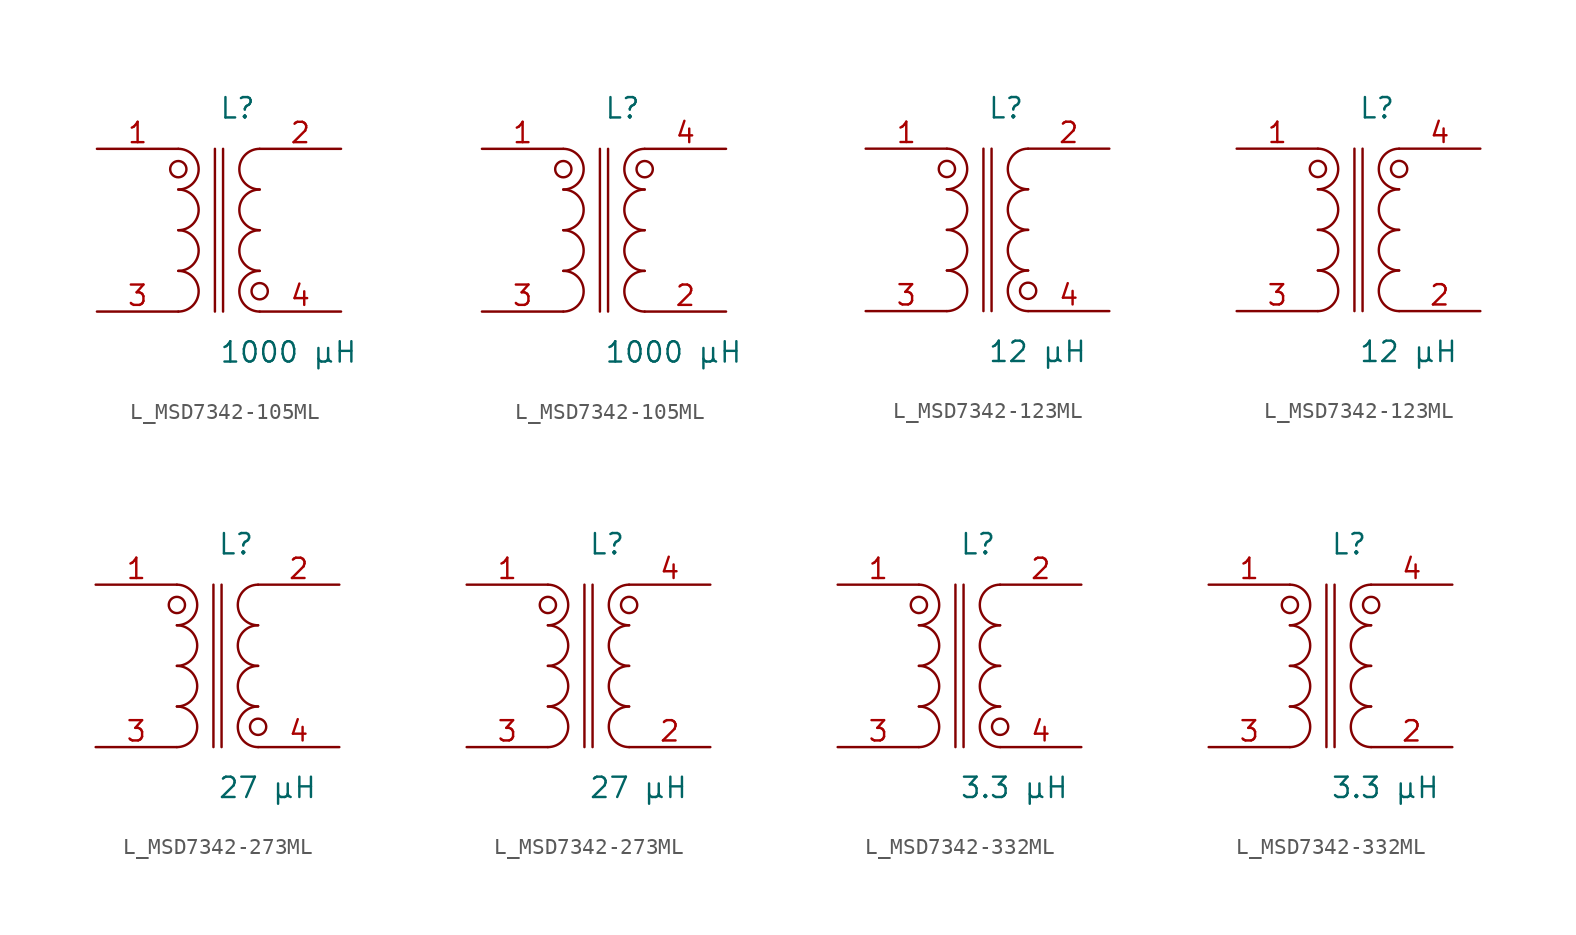
<source format=kicad_sym>
(kicad_symbol_lib
  (version 20231120)
  (generator kicad_symbol_editor)
  (generator_version 8.0)
  (symbol "L_MSD7342-105ML"
    (pin_names
      (offset 0.254))
    (property "Reference" "L"
      (at 0 7.62 0)
      (effects (font (size 1.27 1.27)) (justify left)))
    (property "Value" "1000 µH"
      (at 0 -7.62 0)
      (effects (font (size 1.27 1.27)) (justify left)))
    (symbol "L_MSD7342-105ML_1_1"
      (arc (start -2.54 -5.08) (mid -1.27 -3.81) (end -2.54 -2.54) (stroke (width 0) (type default)) (fill (type none)))
      (arc (start -2.54 -2.54) (mid -1.27 -1.27) (end -2.54 0.0) (stroke (width 0) (type default)) (fill (type none)))
      (arc (start -2.54 0.0) (mid -1.27 1.27) (end -2.54 2.54) (stroke (width 0) (type default)) (fill (type none)))
      (arc (start -2.54 2.54) (mid -1.27 3.81) (end -2.54 5.08) (stroke (width 0) (type default)) (fill (type none)))
      (arc (start 2.54 -5.08) (mid 1.27 -3.81) (end 2.54 -2.54) (stroke (width 0) (type default)) (fill (type none)))
      (arc (start 2.54 -2.54) (mid 1.27 -1.27) (end 2.54 0.0) (stroke (width 0) (type default)) (fill (type none)))
      (arc (start 2.54 0.0) (mid 1.27 1.27) (end 2.54 2.54) (stroke (width 0) (type default)) (fill (type none)))
      (arc (start 2.54 2.54) (mid 1.27 3.81) (end 2.54 5.08) (stroke (width 0) (type default)) (fill (type none)))
      (circle (center -2.54 3.81) (radius 0.508) (stroke (width 0) (type default)) (fill (type none)))
      (circle (center 2.54 -3.81) (radius 0.508) (stroke (width 0) (type default)) (fill (type none)))
      (polyline (pts (xy -0.254 5.08) (xy -0.254 -5.08)) (stroke (width 0) (type default)) (fill (type none)))
      (polyline (pts (xy 0.254 5.08) (xy 0.254 -5.08)) (stroke (width 0) (type default)) (fill (type none)))
      (pin passive line (at -7.62 5.08 0) (length 5.08) (name "" (effects (font (size 1.27 1.27)))) (number "1" (effects (font (size 1.27 1.27)))))
      (pin passive line (at -7.62 -5.08 0) (length 5.08) (name "" (effects (font (size 1.27 1.27)))) (number "3" (effects (font (size 1.27 1.27)))))
      (pin passive line (at 7.62 5.08 180) (length 5.08) (name "" (effects (font (size 1.27 1.27)))) (number "2" (effects (font (size 1.27 1.27)))))
      (pin passive line (at 7.62 -5.08 180) (length 5.08) (name "" (effects (font (size 1.27 1.27)))) (number "4" (effects (font (size 1.27 1.27))))))
    (symbol "L_MSD7342-105ML_1_2"
      (arc (start -2.54 -5.08) (mid -1.27 -3.81) (end -2.54 -2.54) (stroke (width 0) (type default)) (fill (type none)))
      (arc (start -2.54 -2.54) (mid -1.27 -1.27) (end -2.54 0.0) (stroke (width 0) (type default)) (fill (type none)))
      (arc (start -2.54 0.0) (mid -1.27 1.27) (end -2.54 2.54) (stroke (width 0) (type default)) (fill (type none)))
      (arc (start -2.54 2.54) (mid -1.27 3.81) (end -2.54 5.08) (stroke (width 0) (type default)) (fill (type none)))
      (arc (start 2.54 -5.08) (mid 1.27 -3.81) (end 2.54 -2.54) (stroke (width 0) (type default)) (fill (type none)))
      (arc (start 2.54 -2.54) (mid 1.27 -1.27) (end 2.54 0.0) (stroke (width 0) (type default)) (fill (type none)))
      (arc (start 2.54 0.0) (mid 1.27 1.27) (end 2.54 2.54) (stroke (width 0) (type default)) (fill (type none)))
      (arc (start 2.54 2.54) (mid 1.27 3.81) (end 2.54 5.08) (stroke (width 0) (type default)) (fill (type none)))
      (circle (center -2.54 3.81) (radius 0.508) (stroke (width 0) (type default)) (fill (type none)))
      (circle (center 2.54 3.81) (radius 0.508) (stroke (width 0) (type default)) (fill (type none)))
      (polyline (pts (xy -0.254 5.08) (xy -0.254 -5.08)) (stroke (width 0) (type default)) (fill (type none)))
      (polyline (pts (xy 0.254 5.08) (xy 0.254 -5.08)) (stroke (width 0) (type default)) (fill (type none)))
      (pin passive line (at -7.62 5.08 0) (length 5.08) (name "" (effects (font (size 1.27 1.27)))) (number "1" (effects (font (size 1.27 1.27)))))
      (pin passive line (at -7.62 -5.08 0) (length 5.08) (name "" (effects (font (size 1.27 1.27)))) (number "3" (effects (font (size 1.27 1.27)))))
      (pin passive line (at 7.62 -5.08 180) (length 5.08) (name "" (effects (font (size 1.27 1.27)))) (number "2" (effects (font (size 1.27 1.27)))))
      (pin passive line (at 7.62 5.08 180) (length 5.08) (name "" (effects (font (size 1.27 1.27)))) (number "4" (effects (font (size 1.27 1.27)))))))
  (symbol "L_MSD7342-123ML"
    (pin_names
      (offset 0.254))
    (property "Reference" "L"
      (at 0 7.62 0)
      (effects (font (size 1.27 1.27)) (justify left)))
    (property "Value" "12 µH"
      (at 0 -7.62 0)
      (effects (font (size 1.27 1.27)) (justify left)))
    (symbol "L_MSD7342-123ML_1_1"
      (arc (start -2.54 -5.08) (mid -1.27 -3.81) (end -2.54 -2.54) (stroke (width 0) (type default)) (fill (type none)))
      (arc (start -2.54 -2.54) (mid -1.27 -1.27) (end -2.54 0.0) (stroke (width 0) (type default)) (fill (type none)))
      (arc (start -2.54 0.0) (mid -1.27 1.27) (end -2.54 2.54) (stroke (width 0) (type default)) (fill (type none)))
      (arc (start -2.54 2.54) (mid -1.27 3.81) (end -2.54 5.08) (stroke (width 0) (type default)) (fill (type none)))
      (arc (start 2.54 -5.08) (mid 1.27 -3.81) (end 2.54 -2.54) (stroke (width 0) (type default)) (fill (type none)))
      (arc (start 2.54 -2.54) (mid 1.27 -1.27) (end 2.54 0.0) (stroke (width 0) (type default)) (fill (type none)))
      (arc (start 2.54 0.0) (mid 1.27 1.27) (end 2.54 2.54) (stroke (width 0) (type default)) (fill (type none)))
      (arc (start 2.54 2.54) (mid 1.27 3.81) (end 2.54 5.08) (stroke (width 0) (type default)) (fill (type none)))
      (circle (center -2.54 3.81) (radius 0.508) (stroke (width 0) (type default)) (fill (type none)))
      (circle (center 2.54 -3.81) (radius 0.508) (stroke (width 0) (type default)) (fill (type none)))
      (polyline (pts (xy -0.254 5.08) (xy -0.254 -5.08)) (stroke (width 0) (type default)) (fill (type none)))
      (polyline (pts (xy 0.254 5.08) (xy 0.254 -5.08)) (stroke (width 0) (type default)) (fill (type none)))
      (pin passive line (at -7.62 5.08 0) (length 5.08) (name "" (effects (font (size 1.27 1.27)))) (number "1" (effects (font (size 1.27 1.27)))))
      (pin passive line (at -7.62 -5.08 0) (length 5.08) (name "" (effects (font (size 1.27 1.27)))) (number "3" (effects (font (size 1.27 1.27)))))
      (pin passive line (at 7.62 5.08 180) (length 5.08) (name "" (effects (font (size 1.27 1.27)))) (number "2" (effects (font (size 1.27 1.27)))))
      (pin passive line (at 7.62 -5.08 180) (length 5.08) (name "" (effects (font (size 1.27 1.27)))) (number "4" (effects (font (size 1.27 1.27))))))
    (symbol "L_MSD7342-123ML_1_2"
      (arc (start -2.54 -5.08) (mid -1.27 -3.81) (end -2.54 -2.54) (stroke (width 0) (type default)) (fill (type none)))
      (arc (start -2.54 -2.54) (mid -1.27 -1.27) (end -2.54 0.0) (stroke (width 0) (type default)) (fill (type none)))
      (arc (start -2.54 0.0) (mid -1.27 1.27) (end -2.54 2.54) (stroke (width 0) (type default)) (fill (type none)))
      (arc (start -2.54 2.54) (mid -1.27 3.81) (end -2.54 5.08) (stroke (width 0) (type default)) (fill (type none)))
      (arc (start 2.54 -5.08) (mid 1.27 -3.81) (end 2.54 -2.54) (stroke (width 0) (type default)) (fill (type none)))
      (arc (start 2.54 -2.54) (mid 1.27 -1.27) (end 2.54 0.0) (stroke (width 0) (type default)) (fill (type none)))
      (arc (start 2.54 0.0) (mid 1.27 1.27) (end 2.54 2.54) (stroke (width 0) (type default)) (fill (type none)))
      (arc (start 2.54 2.54) (mid 1.27 3.81) (end 2.54 5.08) (stroke (width 0) (type default)) (fill (type none)))
      (circle (center -2.54 3.81) (radius 0.508) (stroke (width 0) (type default)) (fill (type none)))
      (circle (center 2.54 3.81) (radius 0.508) (stroke (width 0) (type default)) (fill (type none)))
      (polyline (pts (xy -0.254 5.08) (xy -0.254 -5.08)) (stroke (width 0) (type default)) (fill (type none)))
      (polyline (pts (xy 0.254 5.08) (xy 0.254 -5.08)) (stroke (width 0) (type default)) (fill (type none)))
      (pin passive line (at -7.62 5.08 0) (length 5.08) (name "" (effects (font (size 1.27 1.27)))) (number "1" (effects (font (size 1.27 1.27)))))
      (pin passive line (at -7.62 -5.08 0) (length 5.08) (name "" (effects (font (size 1.27 1.27)))) (number "3" (effects (font (size 1.27 1.27)))))
      (pin passive line (at 7.62 -5.08 180) (length 5.08) (name "" (effects (font (size 1.27 1.27)))) (number "2" (effects (font (size 1.27 1.27)))))
      (pin passive line (at 7.62 5.08 180) (length 5.08) (name "" (effects (font (size 1.27 1.27)))) (number "4" (effects (font (size 1.27 1.27)))))))
  (symbol "L_MSD7342-273ML"
    (pin_names
      (offset 0.254))
    (property "Reference" "L"
      (at 0 7.62 0)
      (effects (font (size 1.27 1.27)) (justify left)))
    (property "Value" "27 µH"
      (at 0 -7.62 0)
      (effects (font (size 1.27 1.27)) (justify left)))
    (symbol "L_MSD7342-273ML_1_1"
      (arc (start -2.54 -5.08) (mid -1.27 -3.81) (end -2.54 -2.54) (stroke (width 0) (type default)) (fill (type none)))
      (arc (start -2.54 -2.54) (mid -1.27 -1.27) (end -2.54 0.0) (stroke (width 0) (type default)) (fill (type none)))
      (arc (start -2.54 0.0) (mid -1.27 1.27) (end -2.54 2.54) (stroke (width 0) (type default)) (fill (type none)))
      (arc (start -2.54 2.54) (mid -1.27 3.81) (end -2.54 5.08) (stroke (width 0) (type default)) (fill (type none)))
      (arc (start 2.54 -5.08) (mid 1.27 -3.81) (end 2.54 -2.54) (stroke (width 0) (type default)) (fill (type none)))
      (arc (start 2.54 -2.54) (mid 1.27 -1.27) (end 2.54 0.0) (stroke (width 0) (type default)) (fill (type none)))
      (arc (start 2.54 0.0) (mid 1.27 1.27) (end 2.54 2.54) (stroke (width 0) (type default)) (fill (type none)))
      (arc (start 2.54 2.54) (mid 1.27 3.81) (end 2.54 5.08) (stroke (width 0) (type default)) (fill (type none)))
      (circle (center -2.54 3.81) (radius 0.508) (stroke (width 0) (type default)) (fill (type none)))
      (circle (center 2.54 -3.81) (radius 0.508) (stroke (width 0) (type default)) (fill (type none)))
      (polyline (pts (xy -0.254 5.08) (xy -0.254 -5.08)) (stroke (width 0) (type default)) (fill (type none)))
      (polyline (pts (xy 0.254 5.08) (xy 0.254 -5.08)) (stroke (width 0) (type default)) (fill (type none)))
      (pin passive line (at -7.62 5.08 0) (length 5.08) (name "" (effects (font (size 1.27 1.27)))) (number "1" (effects (font (size 1.27 1.27)))))
      (pin passive line (at -7.62 -5.08 0) (length 5.08) (name "" (effects (font (size 1.27 1.27)))) (number "3" (effects (font (size 1.27 1.27)))))
      (pin passive line (at 7.62 5.08 180) (length 5.08) (name "" (effects (font (size 1.27 1.27)))) (number "2" (effects (font (size 1.27 1.27)))))
      (pin passive line (at 7.62 -5.08 180) (length 5.08) (name "" (effects (font (size 1.27 1.27)))) (number "4" (effects (font (size 1.27 1.27))))))
    (symbol "L_MSD7342-273ML_1_2"
      (arc (start -2.54 -5.08) (mid -1.27 -3.81) (end -2.54 -2.54) (stroke (width 0) (type default)) (fill (type none)))
      (arc (start -2.54 -2.54) (mid -1.27 -1.27) (end -2.54 0.0) (stroke (width 0) (type default)) (fill (type none)))
      (arc (start -2.54 0.0) (mid -1.27 1.27) (end -2.54 2.54) (stroke (width 0) (type default)) (fill (type none)))
      (arc (start -2.54 2.54) (mid -1.27 3.81) (end -2.54 5.08) (stroke (width 0) (type default)) (fill (type none)))
      (arc (start 2.54 -5.08) (mid 1.27 -3.81) (end 2.54 -2.54) (stroke (width 0) (type default)) (fill (type none)))
      (arc (start 2.54 -2.54) (mid 1.27 -1.27) (end 2.54 0.0) (stroke (width 0) (type default)) (fill (type none)))
      (arc (start 2.54 0.0) (mid 1.27 1.27) (end 2.54 2.54) (stroke (width 0) (type default)) (fill (type none)))
      (arc (start 2.54 2.54) (mid 1.27 3.81) (end 2.54 5.08) (stroke (width 0) (type default)) (fill (type none)))
      (circle (center -2.54 3.81) (radius 0.508) (stroke (width 0) (type default)) (fill (type none)))
      (circle (center 2.54 3.81) (radius 0.508) (stroke (width 0) (type default)) (fill (type none)))
      (polyline (pts (xy -0.254 5.08) (xy -0.254 -5.08)) (stroke (width 0) (type default)) (fill (type none)))
      (polyline (pts (xy 0.254 5.08) (xy 0.254 -5.08)) (stroke (width 0) (type default)) (fill (type none)))
      (pin passive line (at -7.62 5.08 0) (length 5.08) (name "" (effects (font (size 1.27 1.27)))) (number "1" (effects (font (size 1.27 1.27)))))
      (pin passive line (at -7.62 -5.08 0) (length 5.08) (name "" (effects (font (size 1.27 1.27)))) (number "3" (effects (font (size 1.27 1.27)))))
      (pin passive line (at 7.62 -5.08 180) (length 5.08) (name "" (effects (font (size 1.27 1.27)))) (number "2" (effects (font (size 1.27 1.27)))))
      (pin passive line (at 7.62 5.08 180) (length 5.08) (name "" (effects (font (size 1.27 1.27)))) (number "4" (effects (font (size 1.27 1.27)))))))
  (symbol "L_MSD7342-332ML"
    (pin_names
      (offset 0.254))
    (property "Reference" "L"
      (at 0 7.62 0)
      (effects (font (size 1.27 1.27)) (justify left)))
    (property "Value" "3.3 µH"
      (at 0 -7.62 0)
      (effects (font (size 1.27 1.27)) (justify left)))
    (symbol "L_MSD7342-332ML_1_1"
      (arc (start -2.54 -5.08) (mid -1.27 -3.81) (end -2.54 -2.54) (stroke (width 0) (type default)) (fill (type none)))
      (arc (start -2.54 -2.54) (mid -1.27 -1.27) (end -2.54 0.0) (stroke (width 0) (type default)) (fill (type none)))
      (arc (start -2.54 0.0) (mid -1.27 1.27) (end -2.54 2.54) (stroke (width 0) (type default)) (fill (type none)))
      (arc (start -2.54 2.54) (mid -1.27 3.81) (end -2.54 5.08) (stroke (width 0) (type default)) (fill (type none)))
      (arc (start 2.54 -5.08) (mid 1.27 -3.81) (end 2.54 -2.54) (stroke (width 0) (type default)) (fill (type none)))
      (arc (start 2.54 -2.54) (mid 1.27 -1.27) (end 2.54 0.0) (stroke (width 0) (type default)) (fill (type none)))
      (arc (start 2.54 0.0) (mid 1.27 1.27) (end 2.54 2.54) (stroke (width 0) (type default)) (fill (type none)))
      (arc (start 2.54 2.54) (mid 1.27 3.81) (end 2.54 5.08) (stroke (width 0) (type default)) (fill (type none)))
      (circle (center -2.54 3.81) (radius 0.508) (stroke (width 0) (type default)) (fill (type none)))
      (circle (center 2.54 -3.81) (radius 0.508) (stroke (width 0) (type default)) (fill (type none)))
      (polyline (pts (xy -0.254 5.08) (xy -0.254 -5.08)) (stroke (width 0) (type default)) (fill (type none)))
      (polyline (pts (xy 0.254 5.08) (xy 0.254 -5.08)) (stroke (width 0) (type default)) (fill (type none)))
      (pin passive line (at -7.62 5.08 0) (length 5.08) (name "" (effects (font (size 1.27 1.27)))) (number "1" (effects (font (size 1.27 1.27)))))
      (pin passive line (at -7.62 -5.08 0) (length 5.08) (name "" (effects (font (size 1.27 1.27)))) (number "3" (effects (font (size 1.27 1.27)))))
      (pin passive line (at 7.62 5.08 180) (length 5.08) (name "" (effects (font (size 1.27 1.27)))) (number "2" (effects (font (size 1.27 1.27)))))
      (pin passive line (at 7.62 -5.08 180) (length 5.08) (name "" (effects (font (size 1.27 1.27)))) (number "4" (effects (font (size 1.27 1.27))))))
    (symbol "L_MSD7342-332ML_1_2"
      (arc (start -2.54 -5.08) (mid -1.27 -3.81) (end -2.54 -2.54) (stroke (width 0) (type default)) (fill (type none)))
      (arc (start -2.54 -2.54) (mid -1.27 -1.27) (end -2.54 0.0) (stroke (width 0) (type default)) (fill (type none)))
      (arc (start -2.54 0.0) (mid -1.27 1.27) (end -2.54 2.54) (stroke (width 0) (type default)) (fill (type none)))
      (arc (start -2.54 2.54) (mid -1.27 3.81) (end -2.54 5.08) (stroke (width 0) (type default)) (fill (type none)))
      (arc (start 2.54 -5.08) (mid 1.27 -3.81) (end 2.54 -2.54) (stroke (width 0) (type default)) (fill (type none)))
      (arc (start 2.54 -2.54) (mid 1.27 -1.27) (end 2.54 0.0) (stroke (width 0) (type default)) (fill (type none)))
      (arc (start 2.54 0.0) (mid 1.27 1.27) (end 2.54 2.54) (stroke (width 0) (type default)) (fill (type none)))
      (arc (start 2.54 2.54) (mid 1.27 3.81) (end 2.54 5.08) (stroke (width 0) (type default)) (fill (type none)))
      (circle (center -2.54 3.81) (radius 0.508) (stroke (width 0) (type default)) (fill (type none)))
      (circle (center 2.54 3.81) (radius 0.508) (stroke (width 0) (type default)) (fill (type none)))
      (polyline (pts (xy -0.254 5.08) (xy -0.254 -5.08)) (stroke (width 0) (type default)) (fill (type none)))
      (polyline (pts (xy 0.254 5.08) (xy 0.254 -5.08)) (stroke (width 0) (type default)) (fill (type none)))
      (pin passive line (at -7.62 5.08 0) (length 5.08) (name "" (effects (font (size 1.27 1.27)))) (number "1" (effects (font (size 1.27 1.27)))))
      (pin passive line (at -7.62 -5.08 0) (length 5.08) (name "" (effects (font (size 1.27 1.27)))) (number "3" (effects (font (size 1.27 1.27)))))
      (pin passive line (at 7.62 -5.08 180) (length 5.08) (name "" (effects (font (size 1.27 1.27)))) (number "2" (effects (font (size 1.27 1.27)))))
      (pin passive line (at 7.62 5.08 180) (length 5.08) (name "" (effects (font (size 1.27 1.27)))) (number "4" (effects (font (size 1.27 1.27))))))))
</source>
